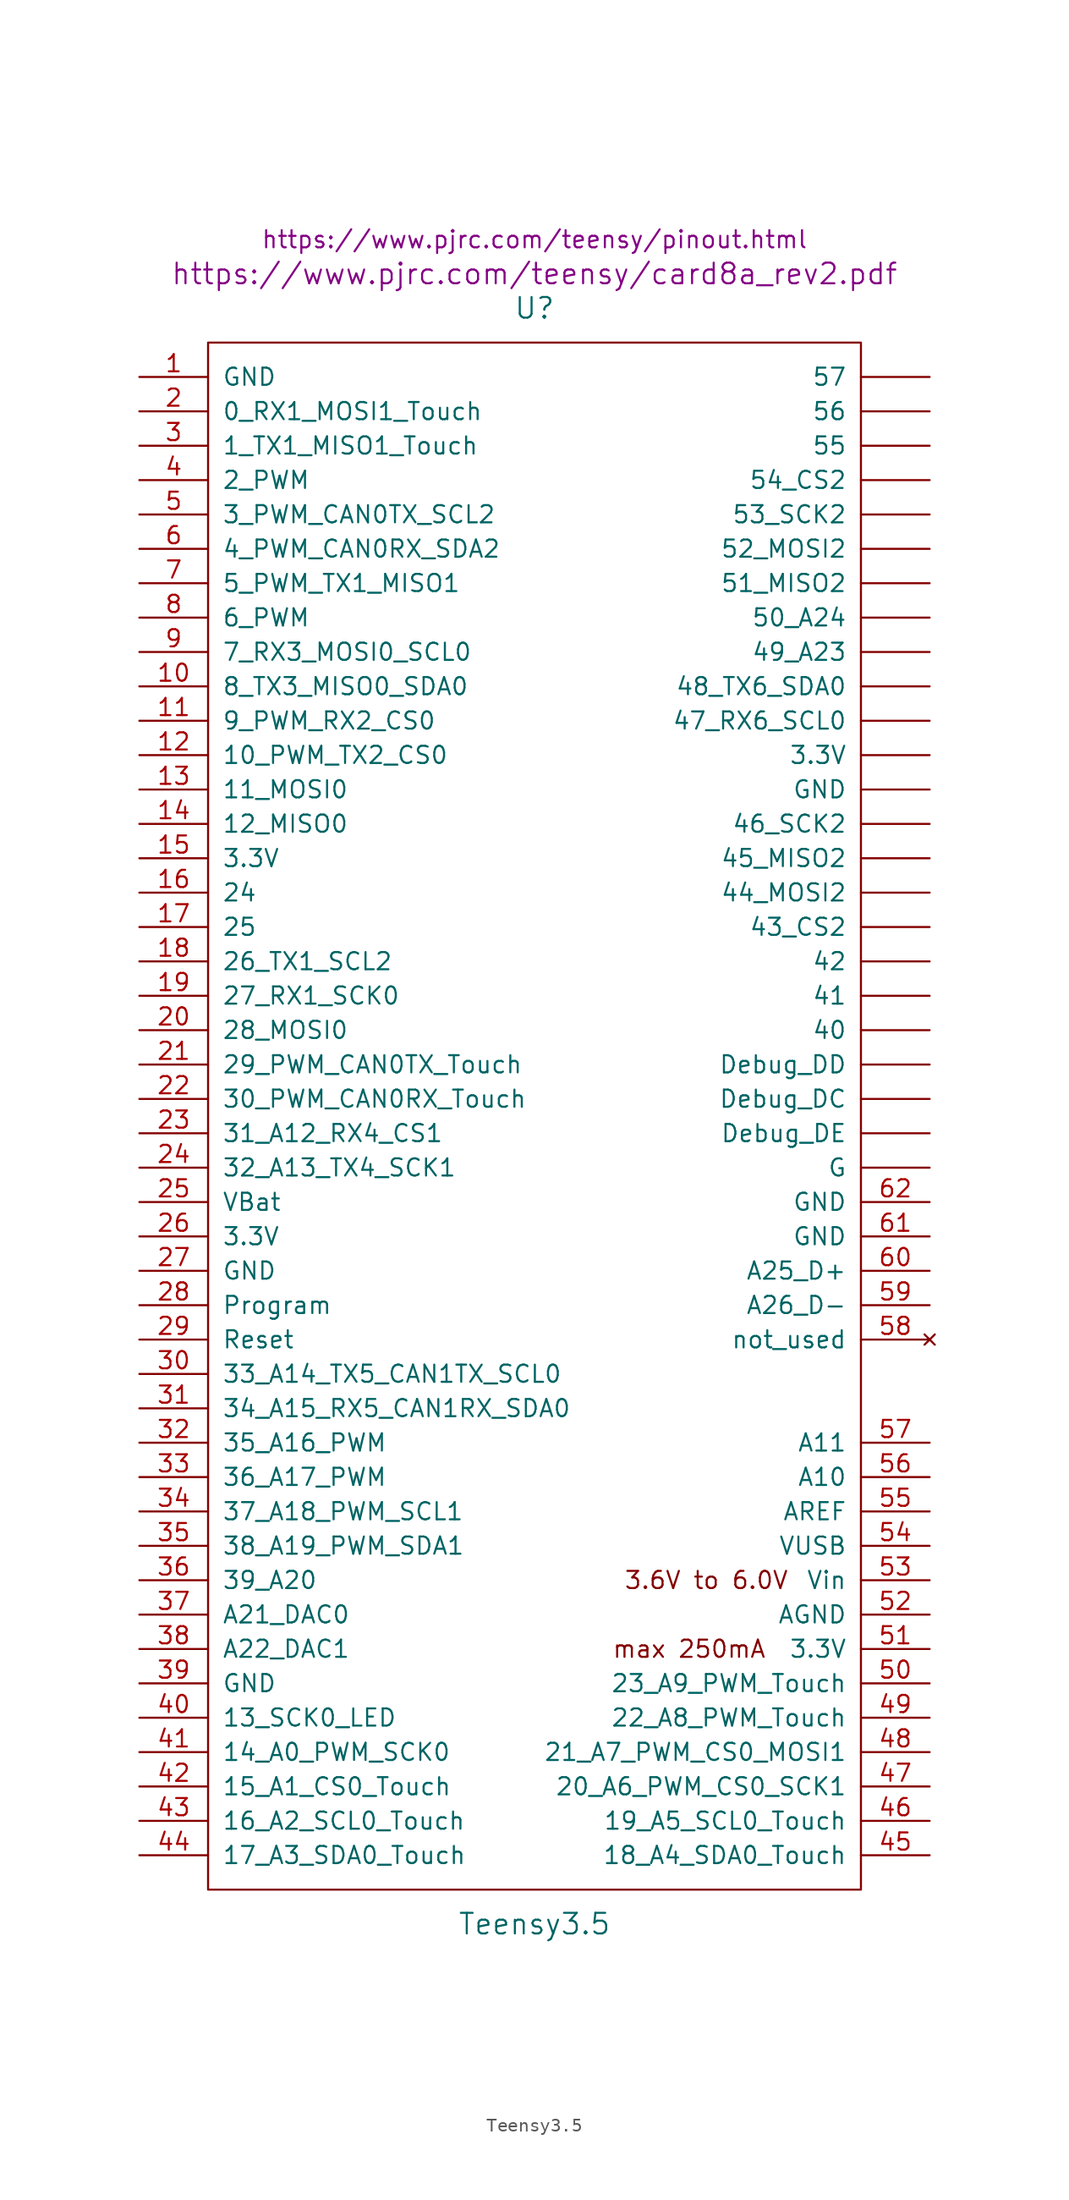
<source format=kicad_sym>
(kicad_symbol_lib
  (version 20231120)
  (generator "kicad_symbol_editor")
  (generator_version "8.0")
  (symbol "Teensy3.5"
    (pin_names
      (offset 1.016))
    (property "Reference" "U"
      (at 0 59.69 0)
      (effects (font (size 1.524 1.524))))
    (property "Value" "Teensy3.5"
      (at 0 -59.69 0)
      (effects (font (size 1.524 1.524))))
    (property "Footprint" ""
      (at -2.54 57.15 0)
      (effects (font (size 1.524 1.524))))
    (property "Datasheet" "https://www.pjrc.com/teensy/card8a_rev2.pdf"
      (at 0 62.23 0)
      (effects (font (size 1.524 1.524))))
    (property "Description" "https://www.pjrc.com/teensy/pinout.html"
      (at 0 64.77 0)
      (effects (font (size 1.27 1.27))))
    (symbol "Teensy3.5_0_0"
      (text "3.6V to 6.0V" (at 12.7 -34.29 0) (effects (font (size 1.27 1.27))))
      (text "max 250mA" (at 11.43 -39.37 0) (effects (font (size 1.27 1.27)))))
    (symbol "Teensy3.5_0_1"
      (rectangle (start -24.13 57.15) (end 24.13 -57.15) (stroke (width 0) (type solid)) (fill (type none))))
    (symbol "Teensy3.5_1_1"
      (pin power_in line (at -29.21 54.61 0) (length 5.08) (name "GND" (effects (font (size 1.27 1.27)))) (number "1" (effects (font (size 1.27 1.27)))))
      (pin bidirectional line (at -29.21 31.75 0) (length 5.08) (name "8_TX3_MISO0_SDA0" (effects (font (size 1.27 1.27)))) (number "10" (effects (font (size 1.27 1.27)))))
      (pin bidirectional line (at -29.21 29.21 0) (length 5.08) (name "9_PWM_RX2_CS0" (effects (font (size 1.27 1.27)))) (number "11" (effects (font (size 1.27 1.27)))))
      (pin bidirectional line (at -29.21 26.67 0) (length 5.08) (name "10_PWM_TX2_CS0" (effects (font (size 1.27 1.27)))) (number "12" (effects (font (size 1.27 1.27)))))
      (pin bidirectional line (at -29.21 24.13 0) (length 5.08) (name "11_MOSI0" (effects (font (size 1.27 1.27)))) (number "13" (effects (font (size 1.27 1.27)))))
      (pin bidirectional line (at -29.21 21.59 0) (length 5.08) (name "12_MISO0" (effects (font (size 1.27 1.27)))) (number "14" (effects (font (size 1.27 1.27)))))
      (pin power_out line (at -29.21 19.05 0) (length 5.08) (name "3.3V" (effects (font (size 1.27 1.27)))) (number "15" (effects (font (size 1.27 1.27)))))
      (pin bidirectional line (at -29.21 16.51 0) (length 5.08) (name "24" (effects (font (size 1.27 1.27)))) (number "16" (effects (font (size 1.27 1.27)))))
      (pin bidirectional line (at -29.21 13.97 0) (length 5.08) (name "25" (effects (font (size 1.27 1.27)))) (number "17" (effects (font (size 1.27 1.27)))))
      (pin bidirectional line (at -29.21 11.43 0) (length 5.08) (name "26_TX1_SCL2" (effects (font (size 1.27 1.27)))) (number "18" (effects (font (size 1.27 1.27)))))
      (pin bidirectional line (at -29.21 8.89 0) (length 5.08) (name "27_RX1_SCK0" (effects (font (size 1.27 1.27)))) (number "19" (effects (font (size 1.27 1.27)))))
      (pin bidirectional line (at -29.21 52.07 0) (length 5.08) (name "0_RX1_MOSI1_Touch" (effects (font (size 1.27 1.27)))) (number "2" (effects (font (size 1.27 1.27)))))
      (pin bidirectional line (at -29.21 6.35 0) (length 5.08) (name "28_MOSI0" (effects (font (size 1.27 1.27)))) (number "20" (effects (font (size 1.27 1.27)))))
      (pin bidirectional line (at -29.21 3.81 0) (length 5.08) (name "29_PWM_CAN0TX_Touch" (effects (font (size 1.27 1.27)))) (number "21" (effects (font (size 1.27 1.27)))))
      (pin bidirectional line (at -29.21 1.27 0) (length 5.08) (name "30_PWM_CAN0RX_Touch" (effects (font (size 1.27 1.27)))) (number "22" (effects (font (size 1.27 1.27)))))
      (pin bidirectional line (at -29.21 -1.27 0) (length 5.08) (name "31_A12_RX4_CS1" (effects (font (size 1.27 1.27)))) (number "23" (effects (font (size 1.27 1.27)))))
      (pin bidirectional line (at -29.21 -3.81 0) (length 5.08) (name "32_A13_TX4_SCK1" (effects (font (size 1.27 1.27)))) (number "24" (effects (font (size 1.27 1.27)))))
      (pin power_in line (at -29.21 -6.35 0) (length 5.08) (name "VBat" (effects (font (size 1.27 1.27)))) (number "25" (effects (font (size 1.27 1.27)))))
      (pin power_in line (at -29.21 -8.89 0) (length 5.08) (name "3.3V" (effects (font (size 1.27 1.27)))) (number "26" (effects (font (size 1.27 1.27)))))
      (pin power_in line (at -29.21 -11.43 0) (length 5.08) (name "GND" (effects (font (size 1.27 1.27)))) (number "27" (effects (font (size 1.27 1.27)))))
      (pin input line (at -29.21 -13.97 0) (length 5.08) (name "Program" (effects (font (size 1.27 1.27)))) (number "28" (effects (font (size 1.27 1.27)))))
      (pin input line (at -29.21 -16.51 0) (length 5.08) (name "Reset" (effects (font (size 1.27 1.27)))) (number "29" (effects (font (size 1.27 1.27)))))
      (pin bidirectional line (at -29.21 49.53 0) (length 5.08) (name "1_TX1_MISO1_Touch" (effects (font (size 1.27 1.27)))) (number "3" (effects (font (size 1.27 1.27)))))
      (pin bidirectional line (at -29.21 -19.05 0) (length 5.08) (name "33_A14_TX5_CAN1TX_SCL0" (effects (font (size 1.27 1.27)))) (number "30" (effects (font (size 1.27 1.27)))))
      (pin bidirectional line (at -29.21 -21.59 0) (length 5.08) (name "34_A15_RX5_CAN1RX_SDA0" (effects (font (size 1.27 1.27)))) (number "31" (effects (font (size 1.27 1.27)))))
      (pin bidirectional line (at -29.21 -24.13 0) (length 5.08) (name "35_A16_PWM" (effects (font (size 1.27 1.27)))) (number "32" (effects (font (size 1.27 1.27)))))
      (pin bidirectional line (at -29.21 -26.67 0) (length 5.08) (name "36_A17_PWM" (effects (font (size 1.27 1.27)))) (number "33" (effects (font (size 1.27 1.27)))))
      (pin bidirectional line (at -29.21 -29.21 0) (length 5.08) (name "37_A18_PWM_SCL1" (effects (font (size 1.27 1.27)))) (number "34" (effects (font (size 1.27 1.27)))))
      (pin bidirectional line (at -29.21 -31.75 0) (length 5.08) (name "38_A19_PWM_SDA1" (effects (font (size 1.27 1.27)))) (number "35" (effects (font (size 1.27 1.27)))))
      (pin bidirectional line (at -29.21 -34.29 0) (length 5.08) (name "39_A20" (effects (font (size 1.27 1.27)))) (number "36" (effects (font (size 1.27 1.27)))))
      (pin bidirectional line (at -29.21 -36.83 0) (length 5.08) (name "A21_DAC0" (effects (font (size 1.27 1.27)))) (number "37" (effects (font (size 1.27 1.27)))))
      (pin bidirectional line (at -29.21 -39.37 0) (length 5.08) (name "A22_DAC1" (effects (font (size 1.27 1.27)))) (number "38" (effects (font (size 1.27 1.27)))))
      (pin power_in line (at -29.21 -41.91 0) (length 5.08) (name "GND" (effects (font (size 1.27 1.27)))) (number "39" (effects (font (size 1.27 1.27)))))
      (pin bidirectional line (at -29.21 46.99 0) (length 5.08) (name "2_PWM" (effects (font (size 1.27 1.27)))) (number "4" (effects (font (size 1.27 1.27)))))
      (pin bidirectional line (at -29.21 -44.45 0) (length 5.08) (name "13_SCK0_LED" (effects (font (size 1.27 1.27)))) (number "40" (effects (font (size 1.27 1.27)))))
      (pin bidirectional line (at -29.21 -46.99 0) (length 5.08) (name "14_A0_PWM_SCK0" (effects (font (size 1.27 1.27)))) (number "41" (effects (font (size 1.27 1.27)))))
      (pin bidirectional line (at -29.21 -49.53 0) (length 5.08) (name "15_A1_CS0_Touch" (effects (font (size 1.27 1.27)))) (number "42" (effects (font (size 1.27 1.27)))))
      (pin bidirectional line (at -29.21 -52.07 0) (length 5.08) (name "16_A2_SCL0_Touch" (effects (font (size 1.27 1.27)))) (number "43" (effects (font (size 1.27 1.27)))))
      (pin bidirectional line (at -29.21 -54.61 0) (length 5.08) (name "17_A3_SDA0_Touch" (effects (font (size 1.27 1.27)))) (number "44" (effects (font (size 1.27 1.27)))))
      (pin bidirectional line (at 29.21 -54.61 180) (length 5.08) (name "18_A4_SDA0_Touch" (effects (font (size 1.27 1.27)))) (number "45" (effects (font (size 1.27 1.27)))))
      (pin bidirectional line (at 29.21 -52.07 180) (length 5.08) (name "19_A5_SCL0_Touch" (effects (font (size 1.27 1.27)))) (number "46" (effects (font (size 1.27 1.27)))))
      (pin bidirectional line (at 29.21 -49.53 180) (length 5.08) (name "20_A6_PWM_CS0_SCK1" (effects (font (size 1.27 1.27)))) (number "47" (effects (font (size 1.27 1.27)))))
      (pin bidirectional line (at 29.21 -46.99 180) (length 5.08) (name "21_A7_PWM_CS0_MOSI1" (effects (font (size 1.27 1.27)))) (number "48" (effects (font (size 1.27 1.27)))))
      (pin bidirectional line (at 29.21 -44.45 180) (length 5.08) (name "22_A8_PWM_Touch" (effects (font (size 1.27 1.27)))) (number "49" (effects (font (size 1.27 1.27)))))
      (pin bidirectional line (at -29.21 44.45 0) (length 5.08) (name "3_PWM_CAN0TX_SCL2" (effects (font (size 1.27 1.27)))) (number "5" (effects (font (size 1.27 1.27)))))
      (pin bidirectional line (at 29.21 -41.91 180) (length 5.08) (name "23_A9_PWM_Touch" (effects (font (size 1.27 1.27)))) (number "50" (effects (font (size 1.27 1.27)))))
      (pin power_out line (at 29.21 -39.37 180) (length 5.08) (name "3.3V" (effects (font (size 1.27 1.27)))) (number "51" (effects (font (size 1.27 1.27)))))
      (pin power_out line (at 29.21 -36.83 180) (length 5.08) (name "AGND" (effects (font (size 1.27 1.27)))) (number "52" (effects (font (size 1.27 1.27)))))
      (pin power_in line (at 29.21 -34.29 180) (length 5.08) (name "Vin" (effects (font (size 1.27 1.27)))) (number "53" (effects (font (size 1.27 1.27)))))
      (pin power_in line (at 29.21 -31.75 180) (length 5.08) (name "VUSB" (effects (font (size 1.27 1.27)))) (number "54" (effects (font (size 1.27 1.27)))))
      (pin input line (at 29.21 -29.21 180) (length 5.08) (name "AREF" (effects (font (size 1.27 1.27)))) (number "55" (effects (font (size 1.27 1.27)))))
      (pin bidirectional line (at 29.21 -26.67 180) (length 5.08) (name "A10" (effects (font (size 1.27 1.27)))) (number "56" (effects (font (size 1.27 1.27)))))
      (pin bidirectional line (at 29.21 -24.13 180) (length 5.08) (name "A11" (effects (font (size 1.27 1.27)))) (number "57" (effects (font (size 1.27 1.27)))))
      (pin no_connect line (at 29.21 -16.51 180) (length 5.08) (name "not_used" (effects (font (size 1.27 1.27)))) (number "58" (effects (font (size 1.27 1.27)))))
      (pin bidirectional line (at 29.21 -13.97 180) (length 5.08) (name "A26_D-" (effects (font (size 1.27 1.27)))) (number "59" (effects (font (size 1.27 1.27)))))
      (pin bidirectional line (at -29.21 41.91 0) (length 5.08) (name "4_PWM_CAN0RX_SDA2" (effects (font (size 1.27 1.27)))) (number "6" (effects (font (size 1.27 1.27)))))
      (pin bidirectional line (at 29.21 -11.43 180) (length 5.08) (name "A25_D+" (effects (font (size 1.27 1.27)))) (number "60" (effects (font (size 1.27 1.27)))))
      (pin power_in line (at 29.21 -8.89 180) (length 5.08) (name "GND" (effects (font (size 1.27 1.27)))) (number "61" (effects (font (size 1.27 1.27)))))
      (pin power_in line (at 29.21 -6.35 180) (length 5.08) (name "GND" (effects (font (size 1.27 1.27)))) (number "62" (effects (font (size 1.27 1.27)))))
      (pin bidirectional line (at -29.21 39.37 0) (length 5.08) (name "5_PWM_TX1_MISO1" (effects (font (size 1.27 1.27)))) (number "7" (effects (font (size 1.27 1.27)))))
      (pin bidirectional line (at -29.21 36.83 0) (length 5.08) (name "6_PWM" (effects (font (size 1.27 1.27)))) (number "8" (effects (font (size 1.27 1.27)))))
      (pin bidirectional line (at -29.21 34.29 0) (length 5.08) (name "7_RX3_MOSI0_SCL0" (effects (font (size 1.27 1.27)))) (number "9" (effects (font (size 1.27 1.27)))))
      (pin power_in line (at 29.21 26.67 180) (length 5.08) (name "3.3V" (effects (font (size 1.27 1.27)))) (number "~" (effects (font (size 1.27 1.27)))))
      (pin bidirectional line (at 29.21 6.35 180) (length 5.08) (name "40" (effects (font (size 1.27 1.27)))) (number "~" (effects (font (size 1.27 1.27)))))
      (pin bidirectional line (at 29.21 8.89 180) (length 5.08) (name "41" (effects (font (size 1.27 1.27)))) (number "~" (effects (font (size 1.27 1.27)))))
      (pin bidirectional line (at 29.21 11.43 180) (length 5.08) (name "42" (effects (font (size 1.27 1.27)))) (number "~" (effects (font (size 1.27 1.27)))))
      (pin bidirectional line (at 29.21 13.97 180) (length 5.08) (name "43_CS2" (effects (font (size 1.27 1.27)))) (number "~" (effects (font (size 1.27 1.27)))))
      (pin bidirectional line (at 29.21 16.51 180) (length 5.08) (name "44_MOSI2" (effects (font (size 1.27 1.27)))) (number "~" (effects (font (size 1.27 1.27)))))
      (pin bidirectional line (at 29.21 19.05 180) (length 5.08) (name "45_MISO2" (effects (font (size 1.27 1.27)))) (number "~" (effects (font (size 1.27 1.27)))))
      (pin bidirectional line (at 29.21 21.59 180) (length 5.08) (name "46_SCK2" (effects (font (size 1.27 1.27)))) (number "~" (effects (font (size 1.27 1.27)))))
      (pin bidirectional line (at 29.21 29.21 180) (length 5.08) (name "47_RX6_SCL0" (effects (font (size 1.27 1.27)))) (number "~" (effects (font (size 1.27 1.27)))))
      (pin bidirectional line (at 29.21 31.75 180) (length 5.08) (name "48_TX6_SDA0" (effects (font (size 1.27 1.27)))) (number "~" (effects (font (size 1.27 1.27)))))
      (pin bidirectional line (at 29.21 34.29 180) (length 5.08) (name "49_A23" (effects (font (size 1.27 1.27)))) (number "~" (effects (font (size 1.27 1.27)))))
      (pin bidirectional line (at 29.21 36.83 180) (length 5.08) (name "50_A24" (effects (font (size 1.27 1.27)))) (number "~" (effects (font (size 1.27 1.27)))))
      (pin bidirectional line (at 29.21 39.37 180) (length 5.08) (name "51_MISO2" (effects (font (size 1.27 1.27)))) (number "~" (effects (font (size 1.27 1.27)))))
      (pin bidirectional line (at 29.21 41.91 180) (length 5.08) (name "52_MOSI2" (effects (font (size 1.27 1.27)))) (number "~" (effects (font (size 1.27 1.27)))))
      (pin bidirectional line (at 29.21 44.45 180) (length 5.08) (name "53_SCK2" (effects (font (size 1.27 1.27)))) (number "~" (effects (font (size 1.27 1.27)))))
      (pin bidirectional line (at 29.21 46.99 180) (length 5.08) (name "54_CS2" (effects (font (size 1.27 1.27)))) (number "~" (effects (font (size 1.27 1.27)))))
      (pin bidirectional line (at 29.21 49.53 180) (length 5.08) (name "55" (effects (font (size 1.27 1.27)))) (number "~" (effects (font (size 1.27 1.27)))))
      (pin bidirectional line (at 29.21 52.07 180) (length 5.08) (name "56" (effects (font (size 1.27 1.27)))) (number "~" (effects (font (size 1.27 1.27)))))
      (pin bidirectional line (at 29.21 54.61 180) (length 5.08) (name "57" (effects (font (size 1.27 1.27)))) (number "~" (effects (font (size 1.27 1.27)))))
      (pin input line (at 29.21 1.27 180) (length 5.08) (name "Debug_DC" (effects (font (size 1.27 1.27)))) (number "~" (effects (font (size 1.27 1.27)))))
      (pin input line (at 29.21 3.81 180) (length 5.08) (name "Debug_DD" (effects (font (size 1.27 1.27)))) (number "~" (effects (font (size 1.27 1.27)))))
      (pin input line (at 29.21 -1.27 180) (length 5.08) (name "Debug_DE" (effects (font (size 1.27 1.27)))) (number "~" (effects (font (size 1.27 1.27)))))
      (pin power_in line (at 29.21 -3.81 180) (length 5.08) (name "G" (effects (font (size 1.27 1.27)))) (number "~" (effects (font (size 1.27 1.27)))))
      (pin power_in line (at 29.21 24.13 180) (length 5.08) (name "GND" (effects (font (size 1.27 1.27)))) (number "~" (effects (font (size 1.27 1.27))))))))
</source>
